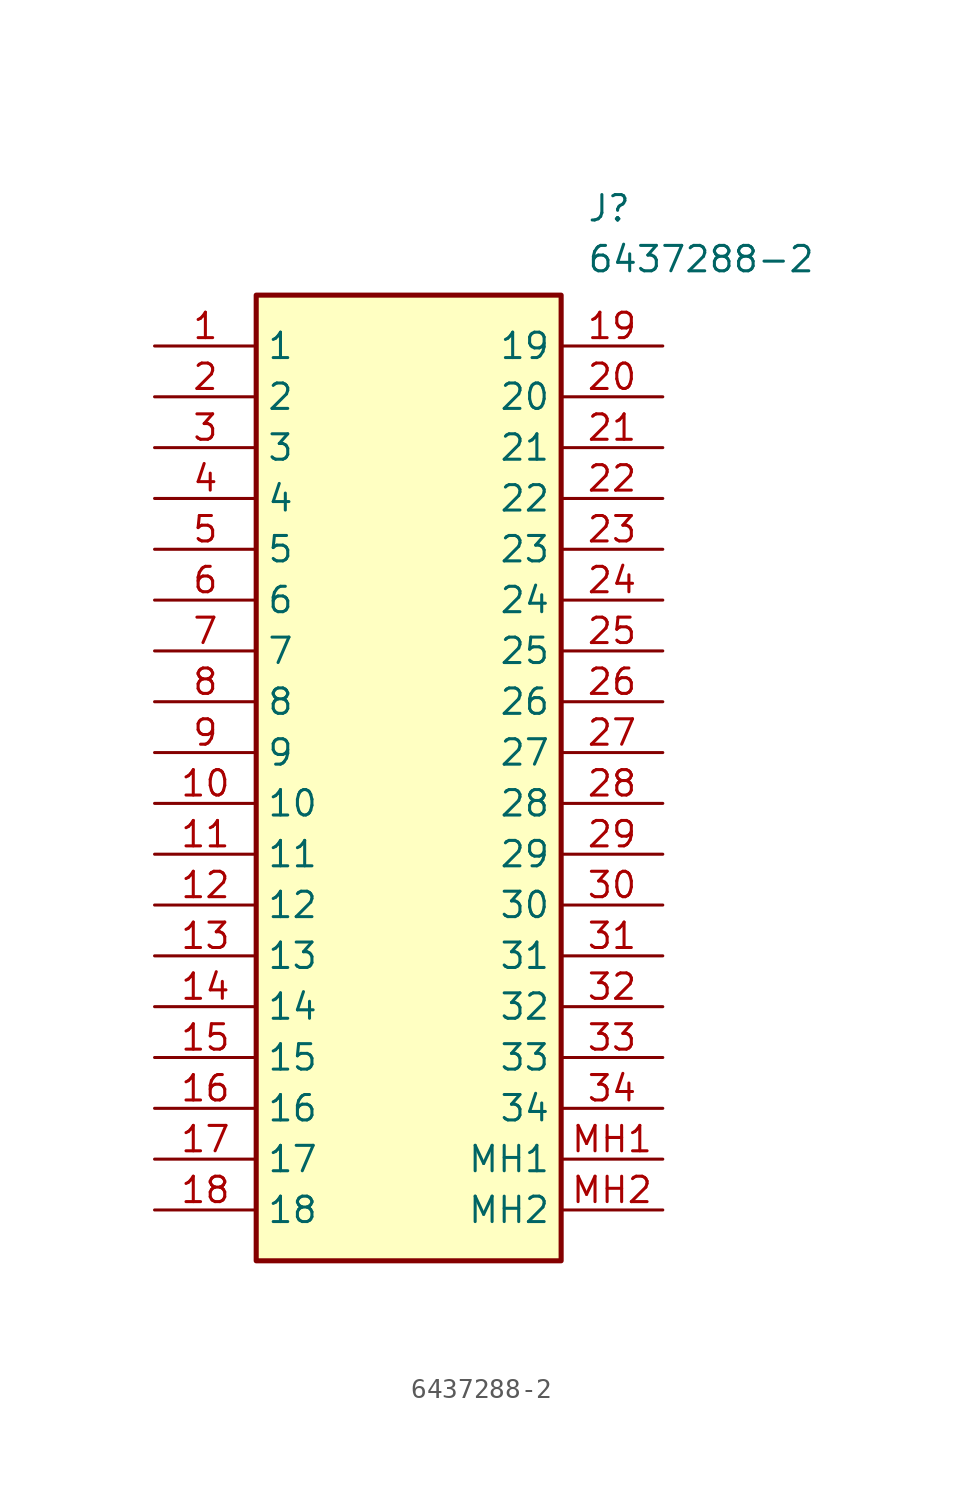
<source format=kicad_sym>
(kicad_symbol_lib
  (version 20211014)
  (generator SamacSys_ECAD_Model)
  (symbol "6437288-2"
    (property "Reference" "J"
      (at 21.59 7.62 0)
      (effects (font (size 1.27 1.27)) (justify left top)))
    (property "Value" "6437288-2"
      (at 21.59 5.08 0)
      (effects (font (size 1.27 1.27)) (justify left top)))
    (rectangle
      (start 5.08 2.54)
      (end 20.32 -45.72)
      (stroke (width 0.254) (type default))
      (fill (type background)))
    (pin passive line
      (at 0 0 0)
      (length 5.08)
      (name "1" (effects (font (size 1.27 1.27))))
      (number "1" (effects (font (size 1.27 1.27)))))
    (pin passive line
      (at 0 -2.54 0)
      (length 5.08)
      (name "2" (effects (font (size 1.27 1.27))))
      (number "2" (effects (font (size 1.27 1.27)))))
    (pin passive line
      (at 0 -5.08 0)
      (length 5.08)
      (name "3" (effects (font (size 1.27 1.27))))
      (number "3" (effects (font (size 1.27 1.27)))))
    (pin passive line
      (at 0 -7.62 0)
      (length 5.08)
      (name "4" (effects (font (size 1.27 1.27))))
      (number "4" (effects (font (size 1.27 1.27)))))
    (pin passive line
      (at 0 -10.16 0)
      (length 5.08)
      (name "5" (effects (font (size 1.27 1.27))))
      (number "5" (effects (font (size 1.27 1.27)))))
    (pin passive line
      (at 0 -12.7 0)
      (length 5.08)
      (name "6" (effects (font (size 1.27 1.27))))
      (number "6" (effects (font (size 1.27 1.27)))))
    (pin passive line
      (at 0 -15.24 0)
      (length 5.08)
      (name "7" (effects (font (size 1.27 1.27))))
      (number "7" (effects (font (size 1.27 1.27)))))
    (pin passive line
      (at 0 -17.78 0)
      (length 5.08)
      (name "8" (effects (font (size 1.27 1.27))))
      (number "8" (effects (font (size 1.27 1.27)))))
    (pin passive line
      (at 0 -20.32 0)
      (length 5.08)
      (name "9" (effects (font (size 1.27 1.27))))
      (number "9" (effects (font (size 1.27 1.27)))))
    (pin passive line
      (at 0 -22.86 0)
      (length 5.08)
      (name "10" (effects (font (size 1.27 1.27))))
      (number "10" (effects (font (size 1.27 1.27)))))
    (pin passive line
      (at 0 -25.4 0)
      (length 5.08)
      (name "11" (effects (font (size 1.27 1.27))))
      (number "11" (effects (font (size 1.27 1.27)))))
    (pin passive line
      (at 0 -27.94 0)
      (length 5.08)
      (name "12" (effects (font (size 1.27 1.27))))
      (number "12" (effects (font (size 1.27 1.27)))))
    (pin passive line
      (at 0 -30.48 0)
      (length 5.08)
      (name "13" (effects (font (size 1.27 1.27))))
      (number "13" (effects (font (size 1.27 1.27)))))
    (pin passive line
      (at 0 -33.02 0)
      (length 5.08)
      (name "14" (effects (font (size 1.27 1.27))))
      (number "14" (effects (font (size 1.27 1.27)))))
    (pin passive line
      (at 0 -35.56 0)
      (length 5.08)
      (name "15" (effects (font (size 1.27 1.27))))
      (number "15" (effects (font (size 1.27 1.27)))))
    (pin passive line
      (at 0 -38.1 0)
      (length 5.08)
      (name "16" (effects (font (size 1.27 1.27))))
      (number "16" (effects (font (size 1.27 1.27)))))
    (pin passive line
      (at 0 -40.64 0)
      (length 5.08)
      (name "17" (effects (font (size 1.27 1.27))))
      (number "17" (effects (font (size 1.27 1.27)))))
    (pin passive line
      (at 0 -43.18 0)
      (length 5.08)
      (name "18" (effects (font (size 1.27 1.27))))
      (number "18" (effects (font (size 1.27 1.27)))))
    (pin passive line
      (at 25.4 0 180)
      (length 5.08)
      (name "19" (effects (font (size 1.27 1.27))))
      (number "19" (effects (font (size 1.27 1.27)))))
    (pin passive line
      (at 25.4 -2.54 180)
      (length 5.08)
      (name "20" (effects (font (size 1.27 1.27))))
      (number "20" (effects (font (size 1.27 1.27)))))
    (pin passive line
      (at 25.4 -5.08 180)
      (length 5.08)
      (name "21" (effects (font (size 1.27 1.27))))
      (number "21" (effects (font (size 1.27 1.27)))))
    (pin passive line
      (at 25.4 -7.62 180)
      (length 5.08)
      (name "22" (effects (font (size 1.27 1.27))))
      (number "22" (effects (font (size 1.27 1.27)))))
    (pin passive line
      (at 25.4 -10.16 180)
      (length 5.08)
      (name "23" (effects (font (size 1.27 1.27))))
      (number "23" (effects (font (size 1.27 1.27)))))
    (pin passive line
      (at 25.4 -12.7 180)
      (length 5.08)
      (name "24" (effects (font (size 1.27 1.27))))
      (number "24" (effects (font (size 1.27 1.27)))))
    (pin passive line
      (at 25.4 -15.24 180)
      (length 5.08)
      (name "25" (effects (font (size 1.27 1.27))))
      (number "25" (effects (font (size 1.27 1.27)))))
    (pin passive line
      (at 25.4 -17.78 180)
      (length 5.08)
      (name "26" (effects (font (size 1.27 1.27))))
      (number "26" (effects (font (size 1.27 1.27)))))
    (pin passive line
      (at 25.4 -20.32 180)
      (length 5.08)
      (name "27" (effects (font (size 1.27 1.27))))
      (number "27" (effects (font (size 1.27 1.27)))))
    (pin passive line
      (at 25.4 -22.86 180)
      (length 5.08)
      (name "28" (effects (font (size 1.27 1.27))))
      (number "28" (effects (font (size 1.27 1.27)))))
    (pin passive line
      (at 25.4 -25.4 180)
      (length 5.08)
      (name "29" (effects (font (size 1.27 1.27))))
      (number "29" (effects (font (size 1.27 1.27)))))
    (pin passive line
      (at 25.4 -27.94 180)
      (length 5.08)
      (name "30" (effects (font (size 1.27 1.27))))
      (number "30" (effects (font (size 1.27 1.27)))))
    (pin passive line
      (at 25.4 -30.48 180)
      (length 5.08)
      (name "31" (effects (font (size 1.27 1.27))))
      (number "31" (effects (font (size 1.27 1.27)))))
    (pin passive line
      (at 25.4 -33.02 180)
      (length 5.08)
      (name "32" (effects (font (size 1.27 1.27))))
      (number "32" (effects (font (size 1.27 1.27)))))
    (pin passive line
      (at 25.4 -35.56 180)
      (length 5.08)
      (name "33" (effects (font (size 1.27 1.27))))
      (number "33" (effects (font (size 1.27 1.27)))))
    (pin passive line
      (at 25.4 -38.1 180)
      (length 5.08)
      (name "34" (effects (font (size 1.27 1.27))))
      (number "34" (effects (font (size 1.27 1.27)))))
    (pin passive line
      (at 25.4 -40.64 180)
      (length 5.08)
      (name "MH1" (effects (font (size 1.27 1.27))))
      (number "MH1" (effects (font (size 1.27 1.27)))))
    (pin passive line
      (at 25.4 -43.18 180)
      (length 5.08)
      (name "MH2" (effects (font (size 1.27 1.27))))
      (number "MH2" (effects (font (size 1.27 1.27)))))))
</source>
